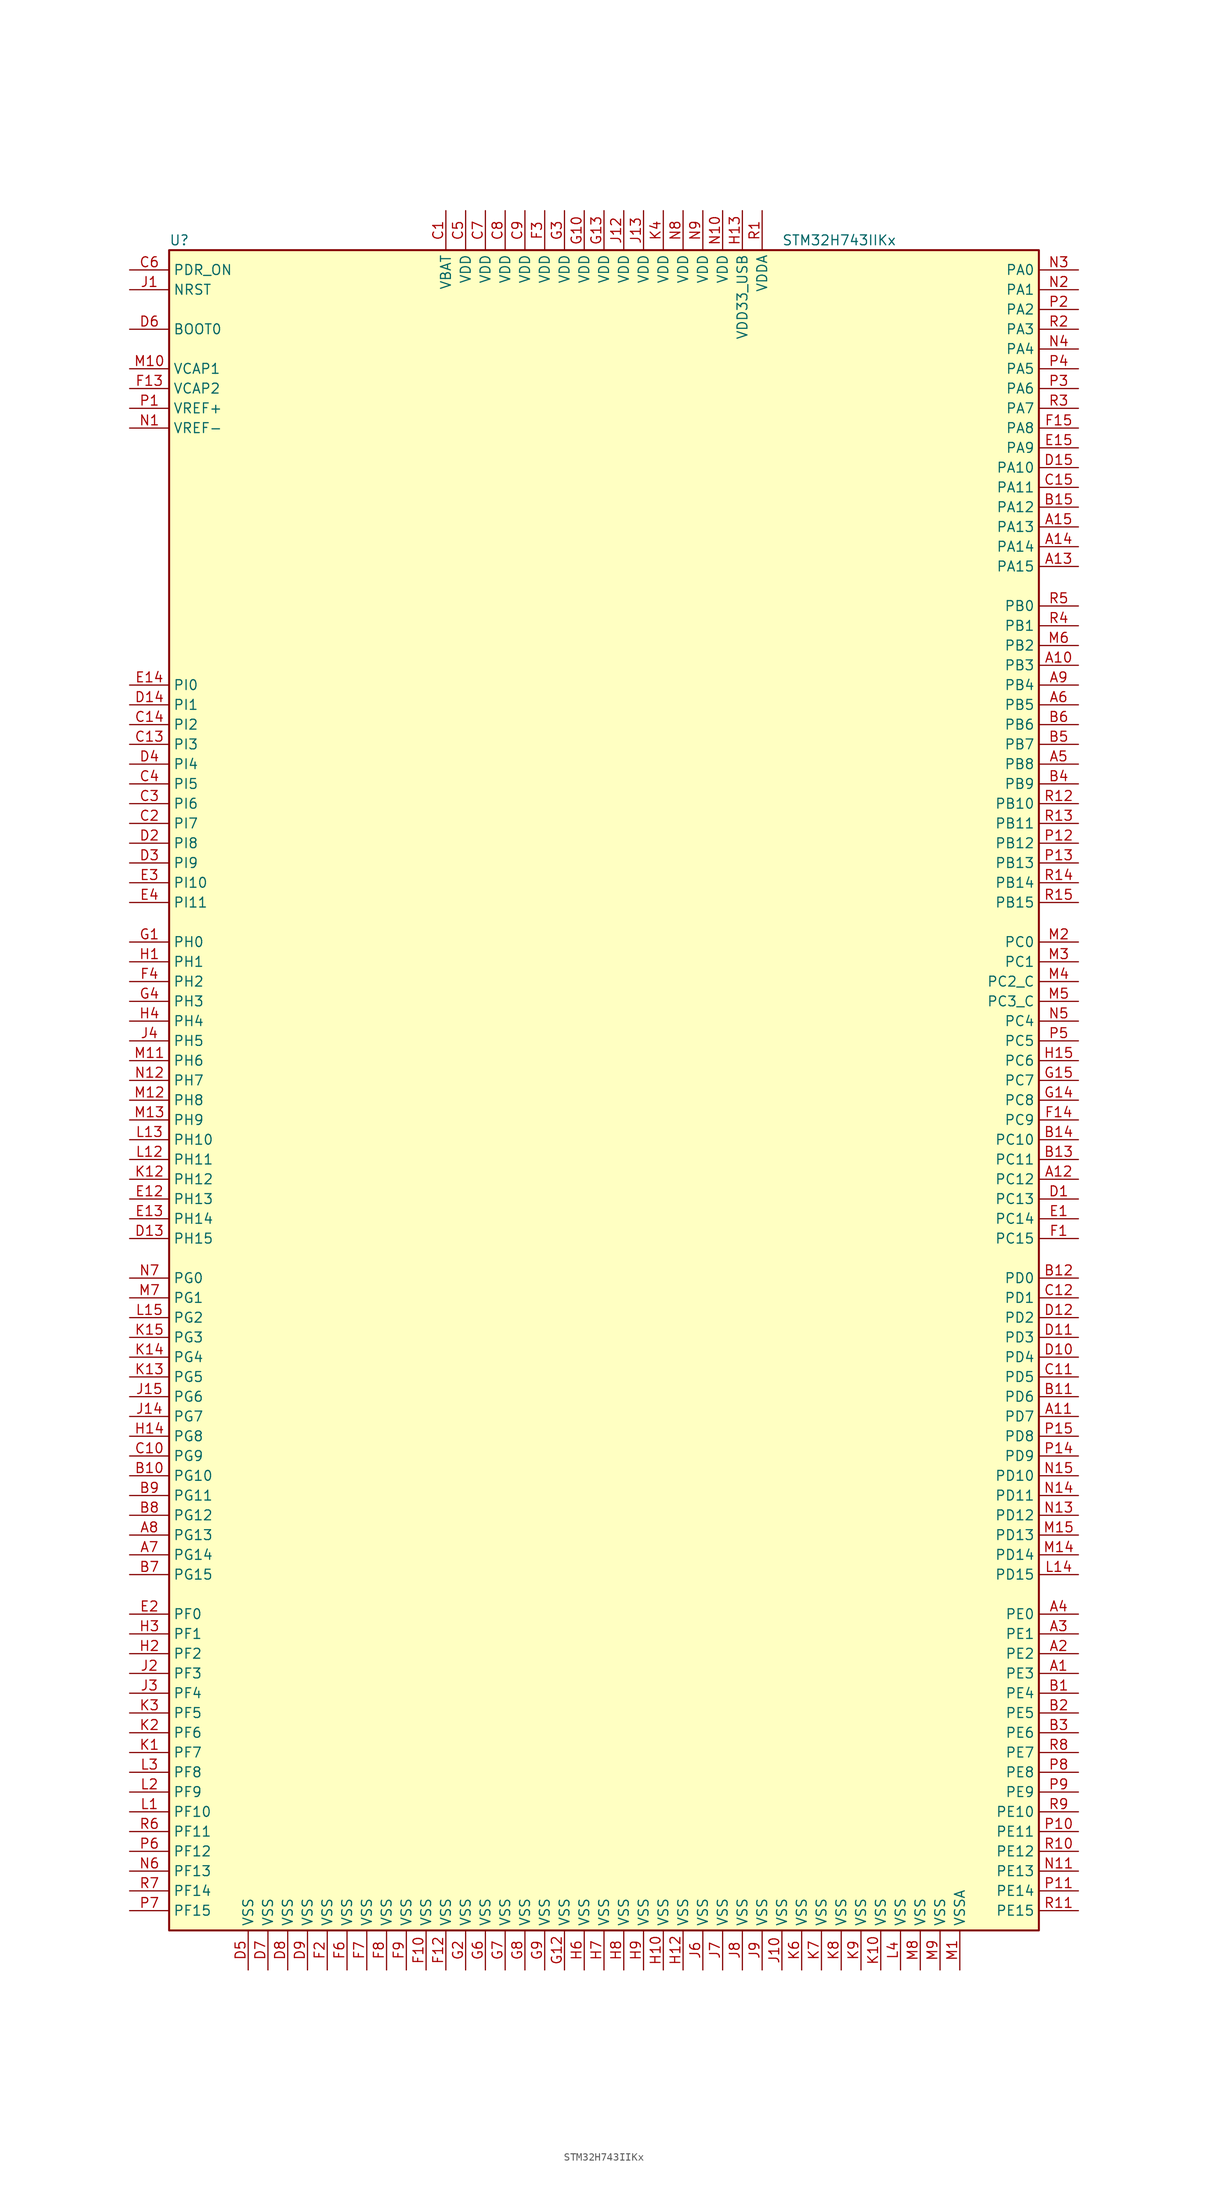
<source format=kicad_sym>
(kicad_symbol_lib
  (version 20201005)
  (generator kicad_symbol_editor)
  (symbol "STM32H743IIKx"
    (property "Reference" "U"
      (at -55.88 107.95 0)
      (effects (font (size 1.27 1.27)) (justify left)))
    (property "Value" "STM32H743IIKx"
      (at 22.86 107.95 0)
      (effects (font (size 1.27 1.27)) (justify left)))
    (symbol "STM32H743IIKx_0_1"
      (rectangle (start -55.88 -109.22) (end 55.88 106.68) (stroke (width 0.254)) (fill (type background))))
    (symbol "STM32H743IIKx_1_1"
      (pin input line (at -60.96 96.52 0) (length 5.08) (name "BOOT0" (effects (font (size 1.27 1.27)))) (number "D6" (effects (font (size 1.27 1.27)))))
      (pin input line (at -60.96 101.6 0) (length 5.08) (name "NRST" (effects (font (size 1.27 1.27)))) (number "J1" (effects (font (size 1.27 1.27)))))
      (pin bidirectional line (at 60.96 104.14 180) (length 5.08) (name "PA0" (effects (font (size 1.27 1.27)))) (number "N3" (effects (font (size 1.27 1.27)))))
      (pin bidirectional line (at 60.96 101.6 180) (length 5.08) (name "PA1" (effects (font (size 1.27 1.27)))) (number "N2" (effects (font (size 1.27 1.27)))))
      (pin bidirectional line (at 60.96 78.74 180) (length 5.08) (name "PA10" (effects (font (size 1.27 1.27)))) (number "D15" (effects (font (size 1.27 1.27)))))
      (pin bidirectional line (at 60.96 76.2 180) (length 5.08) (name "PA11" (effects (font (size 1.27 1.27)))) (number "C15" (effects (font (size 1.27 1.27)))))
      (pin bidirectional line (at 60.96 73.66 180) (length 5.08) (name "PA12" (effects (font (size 1.27 1.27)))) (number "B15" (effects (font (size 1.27 1.27)))))
      (pin bidirectional line (at 60.96 71.12 180) (length 5.08) (name "PA13" (effects (font (size 1.27 1.27)))) (number "A15" (effects (font (size 1.27 1.27)))))
      (pin bidirectional line (at 60.96 68.58 180) (length 5.08) (name "PA14" (effects (font (size 1.27 1.27)))) (number "A14" (effects (font (size 1.27 1.27)))))
      (pin bidirectional line (at 60.96 66.04 180) (length 5.08) (name "PA15" (effects (font (size 1.27 1.27)))) (number "A13" (effects (font (size 1.27 1.27)))))
      (pin bidirectional line (at 60.96 99.06 180) (length 5.08) (name "PA2" (effects (font (size 1.27 1.27)))) (number "P2" (effects (font (size 1.27 1.27)))))
      (pin bidirectional line (at 60.96 96.52 180) (length 5.08) (name "PA3" (effects (font (size 1.27 1.27)))) (number "R2" (effects (font (size 1.27 1.27)))))
      (pin bidirectional line (at 60.96 93.98 180) (length 5.08) (name "PA4" (effects (font (size 1.27 1.27)))) (number "N4" (effects (font (size 1.27 1.27)))))
      (pin bidirectional line (at 60.96 91.44 180) (length 5.08) (name "PA5" (effects (font (size 1.27 1.27)))) (number "P4" (effects (font (size 1.27 1.27)))))
      (pin bidirectional line (at 60.96 88.9 180) (length 5.08) (name "PA6" (effects (font (size 1.27 1.27)))) (number "P3" (effects (font (size 1.27 1.27)))))
      (pin bidirectional line (at 60.96 86.36 180) (length 5.08) (name "PA7" (effects (font (size 1.27 1.27)))) (number "R3" (effects (font (size 1.27 1.27)))))
      (pin bidirectional line (at 60.96 83.82 180) (length 5.08) (name "PA8" (effects (font (size 1.27 1.27)))) (number "F15" (effects (font (size 1.27 1.27)))))
      (pin bidirectional line (at 60.96 81.28 180) (length 5.08) (name "PA9" (effects (font (size 1.27 1.27)))) (number "E15" (effects (font (size 1.27 1.27)))))
      (pin bidirectional line (at 60.96 60.96 180) (length 5.08) (name "PB0" (effects (font (size 1.27 1.27)))) (number "R5" (effects (font (size 1.27 1.27)))))
      (pin bidirectional line (at 60.96 58.42 180) (length 5.08) (name "PB1" (effects (font (size 1.27 1.27)))) (number "R4" (effects (font (size 1.27 1.27)))))
      (pin bidirectional line (at 60.96 35.56 180) (length 5.08) (name "PB10" (effects (font (size 1.27 1.27)))) (number "R12" (effects (font (size 1.27 1.27)))))
      (pin bidirectional line (at 60.96 33.02 180) (length 5.08) (name "PB11" (effects (font (size 1.27 1.27)))) (number "R13" (effects (font (size 1.27 1.27)))))
      (pin bidirectional line (at 60.96 30.48 180) (length 5.08) (name "PB12" (effects (font (size 1.27 1.27)))) (number "P12" (effects (font (size 1.27 1.27)))))
      (pin bidirectional line (at 60.96 27.94 180) (length 5.08) (name "PB13" (effects (font (size 1.27 1.27)))) (number "P13" (effects (font (size 1.27 1.27)))))
      (pin bidirectional line (at 60.96 25.4 180) (length 5.08) (name "PB14" (effects (font (size 1.27 1.27)))) (number "R14" (effects (font (size 1.27 1.27)))))
      (pin bidirectional line (at 60.96 22.86 180) (length 5.08) (name "PB15" (effects (font (size 1.27 1.27)))) (number "R15" (effects (font (size 1.27 1.27)))))
      (pin bidirectional line (at 60.96 55.88 180) (length 5.08) (name "PB2" (effects (font (size 1.27 1.27)))) (number "M6" (effects (font (size 1.27 1.27)))))
      (pin bidirectional line (at 60.96 53.34 180) (length 5.08) (name "PB3" (effects (font (size 1.27 1.27)))) (number "A10" (effects (font (size 1.27 1.27)))))
      (pin bidirectional line (at 60.96 50.8 180) (length 5.08) (name "PB4" (effects (font (size 1.27 1.27)))) (number "A9" (effects (font (size 1.27 1.27)))))
      (pin bidirectional line (at 60.96 48.26 180) (length 5.08) (name "PB5" (effects (font (size 1.27 1.27)))) (number "A6" (effects (font (size 1.27 1.27)))))
      (pin bidirectional line (at 60.96 45.72 180) (length 5.08) (name "PB6" (effects (font (size 1.27 1.27)))) (number "B6" (effects (font (size 1.27 1.27)))))
      (pin bidirectional line (at 60.96 43.18 180) (length 5.08) (name "PB7" (effects (font (size 1.27 1.27)))) (number "B5" (effects (font (size 1.27 1.27)))))
      (pin bidirectional line (at 60.96 40.64 180) (length 5.08) (name "PB8" (effects (font (size 1.27 1.27)))) (number "A5" (effects (font (size 1.27 1.27)))))
      (pin bidirectional line (at 60.96 38.1 180) (length 5.08) (name "PB9" (effects (font (size 1.27 1.27)))) (number "B4" (effects (font (size 1.27 1.27)))))
      (pin bidirectional line (at 60.96 17.78 180) (length 5.08) (name "PC0" (effects (font (size 1.27 1.27)))) (number "M2" (effects (font (size 1.27 1.27)))))
      (pin bidirectional line (at 60.96 15.24 180) (length 5.08) (name "PC1" (effects (font (size 1.27 1.27)))) (number "M3" (effects (font (size 1.27 1.27)))))
      (pin bidirectional line (at 60.96 -7.62 180) (length 5.08) (name "PC10" (effects (font (size 1.27 1.27)))) (number "B14" (effects (font (size 1.27 1.27)))))
      (pin bidirectional line (at 60.96 -10.16 180) (length 5.08) (name "PC11" (effects (font (size 1.27 1.27)))) (number "B13" (effects (font (size 1.27 1.27)))))
      (pin bidirectional line (at 60.96 -12.7 180) (length 5.08) (name "PC12" (effects (font (size 1.27 1.27)))) (number "A12" (effects (font (size 1.27 1.27)))))
      (pin bidirectional line (at 60.96 -15.24 180) (length 5.08) (name "PC13" (effects (font (size 1.27 1.27)))) (number "D1" (effects (font (size 1.27 1.27)))))
      (pin bidirectional line (at 60.96 -17.78 180) (length 5.08) (name "PC14" (effects (font (size 1.27 1.27)))) (number "E1" (effects (font (size 1.27 1.27)))))
      (pin bidirectional line (at 60.96 -20.32 180) (length 5.08) (name "PC15" (effects (font (size 1.27 1.27)))) (number "F1" (effects (font (size 1.27 1.27)))))
      (pin bidirectional line (at 60.96 12.7 180) (length 5.08) (name "PC2_C" (effects (font (size 1.27 1.27)))) (number "M4" (effects (font (size 1.27 1.27)))))
      (pin bidirectional line (at 60.96 10.16 180) (length 5.08) (name "PC3_C" (effects (font (size 1.27 1.27)))) (number "M5" (effects (font (size 1.27 1.27)))))
      (pin bidirectional line (at 60.96 7.62 180) (length 5.08) (name "PC4" (effects (font (size 1.27 1.27)))) (number "N5" (effects (font (size 1.27 1.27)))))
      (pin bidirectional line (at 60.96 5.08 180) (length 5.08) (name "PC5" (effects (font (size 1.27 1.27)))) (number "P5" (effects (font (size 1.27 1.27)))))
      (pin bidirectional line (at 60.96 2.54 180) (length 5.08) (name "PC6" (effects (font (size 1.27 1.27)))) (number "H15" (effects (font (size 1.27 1.27)))))
      (pin bidirectional line (at 60.96 0 180) (length 5.08) (name "PC7" (effects (font (size 1.27 1.27)))) (number "G15" (effects (font (size 1.27 1.27)))))
      (pin bidirectional line (at 60.96 -2.54 180) (length 5.08) (name "PC8" (effects (font (size 1.27 1.27)))) (number "G14" (effects (font (size 1.27 1.27)))))
      (pin bidirectional line (at 60.96 -5.08 180) (length 5.08) (name "PC9" (effects (font (size 1.27 1.27)))) (number "F14" (effects (font (size 1.27 1.27)))))
      (pin bidirectional line (at 60.96 -25.4 180) (length 5.08) (name "PD0" (effects (font (size 1.27 1.27)))) (number "B12" (effects (font (size 1.27 1.27)))))
      (pin bidirectional line (at 60.96 -27.94 180) (length 5.08) (name "PD1" (effects (font (size 1.27 1.27)))) (number "C12" (effects (font (size 1.27 1.27)))))
      (pin bidirectional line (at 60.96 -50.8 180) (length 5.08) (name "PD10" (effects (font (size 1.27 1.27)))) (number "N15" (effects (font (size 1.27 1.27)))))
      (pin bidirectional line (at 60.96 -53.34 180) (length 5.08) (name "PD11" (effects (font (size 1.27 1.27)))) (number "N14" (effects (font (size 1.27 1.27)))))
      (pin bidirectional line (at 60.96 -55.88 180) (length 5.08) (name "PD12" (effects (font (size 1.27 1.27)))) (number "N13" (effects (font (size 1.27 1.27)))))
      (pin bidirectional line (at 60.96 -58.42 180) (length 5.08) (name "PD13" (effects (font (size 1.27 1.27)))) (number "M15" (effects (font (size 1.27 1.27)))))
      (pin bidirectional line (at 60.96 -60.96 180) (length 5.08) (name "PD14" (effects (font (size 1.27 1.27)))) (number "M14" (effects (font (size 1.27 1.27)))))
      (pin bidirectional line (at 60.96 -63.5 180) (length 5.08) (name "PD15" (effects (font (size 1.27 1.27)))) (number "L14" (effects (font (size 1.27 1.27)))))
      (pin bidirectional line (at 60.96 -30.48 180) (length 5.08) (name "PD2" (effects (font (size 1.27 1.27)))) (number "D12" (effects (font (size 1.27 1.27)))))
      (pin bidirectional line (at 60.96 -33.02 180) (length 5.08) (name "PD3" (effects (font (size 1.27 1.27)))) (number "D11" (effects (font (size 1.27 1.27)))))
      (pin bidirectional line (at 60.96 -35.56 180) (length 5.08) (name "PD4" (effects (font (size 1.27 1.27)))) (number "D10" (effects (font (size 1.27 1.27)))))
      (pin bidirectional line (at 60.96 -38.1 180) (length 5.08) (name "PD5" (effects (font (size 1.27 1.27)))) (number "C11" (effects (font (size 1.27 1.27)))))
      (pin bidirectional line (at 60.96 -40.64 180) (length 5.08) (name "PD6" (effects (font (size 1.27 1.27)))) (number "B11" (effects (font (size 1.27 1.27)))))
      (pin bidirectional line (at 60.96 -43.18 180) (length 5.08) (name "PD7" (effects (font (size 1.27 1.27)))) (number "A11" (effects (font (size 1.27 1.27)))))
      (pin bidirectional line (at 60.96 -45.72 180) (length 5.08) (name "PD8" (effects (font (size 1.27 1.27)))) (number "P15" (effects (font (size 1.27 1.27)))))
      (pin bidirectional line (at 60.96 -48.26 180) (length 5.08) (name "PD9" (effects (font (size 1.27 1.27)))) (number "P14" (effects (font (size 1.27 1.27)))))
      (pin input line (at -60.96 104.14 0) (length 5.08) (name "PDR_ON" (effects (font (size 1.27 1.27)))) (number "C6" (effects (font (size 1.27 1.27)))))
      (pin bidirectional line (at 60.96 -68.58 180) (length 5.08) (name "PE0" (effects (font (size 1.27 1.27)))) (number "A4" (effects (font (size 1.27 1.27)))))
      (pin bidirectional line (at 60.96 -71.12 180) (length 5.08) (name "PE1" (effects (font (size 1.27 1.27)))) (number "A3" (effects (font (size 1.27 1.27)))))
      (pin bidirectional line (at 60.96 -93.98 180) (length 5.08) (name "PE10" (effects (font (size 1.27 1.27)))) (number "R9" (effects (font (size 1.27 1.27)))))
      (pin bidirectional line (at 60.96 -96.52 180) (length 5.08) (name "PE11" (effects (font (size 1.27 1.27)))) (number "P10" (effects (font (size 1.27 1.27)))))
      (pin bidirectional line (at 60.96 -99.06 180) (length 5.08) (name "PE12" (effects (font (size 1.27 1.27)))) (number "R10" (effects (font (size 1.27 1.27)))))
      (pin bidirectional line (at 60.96 -101.6 180) (length 5.08) (name "PE13" (effects (font (size 1.27 1.27)))) (number "N11" (effects (font (size 1.27 1.27)))))
      (pin bidirectional line (at 60.96 -104.14 180) (length 5.08) (name "PE14" (effects (font (size 1.27 1.27)))) (number "P11" (effects (font (size 1.27 1.27)))))
      (pin bidirectional line (at 60.96 -106.68 180) (length 5.08) (name "PE15" (effects (font (size 1.27 1.27)))) (number "R11" (effects (font (size 1.27 1.27)))))
      (pin bidirectional line (at 60.96 -73.66 180) (length 5.08) (name "PE2" (effects (font (size 1.27 1.27)))) (number "A2" (effects (font (size 1.27 1.27)))))
      (pin bidirectional line (at 60.96 -76.2 180) (length 5.08) (name "PE3" (effects (font (size 1.27 1.27)))) (number "A1" (effects (font (size 1.27 1.27)))))
      (pin bidirectional line (at 60.96 -78.74 180) (length 5.08) (name "PE4" (effects (font (size 1.27 1.27)))) (number "B1" (effects (font (size 1.27 1.27)))))
      (pin bidirectional line (at 60.96 -81.28 180) (length 5.08) (name "PE5" (effects (font (size 1.27 1.27)))) (number "B2" (effects (font (size 1.27 1.27)))))
      (pin bidirectional line (at 60.96 -83.82 180) (length 5.08) (name "PE6" (effects (font (size 1.27 1.27)))) (number "B3" (effects (font (size 1.27 1.27)))))
      (pin bidirectional line (at 60.96 -86.36 180) (length 5.08) (name "PE7" (effects (font (size 1.27 1.27)))) (number "R8" (effects (font (size 1.27 1.27)))))
      (pin bidirectional line (at 60.96 -88.9 180) (length 5.08) (name "PE8" (effects (font (size 1.27 1.27)))) (number "P8" (effects (font (size 1.27 1.27)))))
      (pin bidirectional line (at 60.96 -91.44 180) (length 5.08) (name "PE9" (effects (font (size 1.27 1.27)))) (number "P9" (effects (font (size 1.27 1.27)))))
      (pin bidirectional line (at -60.96 -68.58 0) (length 5.08) (name "PF0" (effects (font (size 1.27 1.27)))) (number "E2" (effects (font (size 1.27 1.27)))))
      (pin bidirectional line (at -60.96 -71.12 0) (length 5.08) (name "PF1" (effects (font (size 1.27 1.27)))) (number "H3" (effects (font (size 1.27 1.27)))))
      (pin bidirectional line (at -60.96 -93.98 0) (length 5.08) (name "PF10" (effects (font (size 1.27 1.27)))) (number "L1" (effects (font (size 1.27 1.27)))))
      (pin bidirectional line (at -60.96 -96.52 0) (length 5.08) (name "PF11" (effects (font (size 1.27 1.27)))) (number "R6" (effects (font (size 1.27 1.27)))))
      (pin bidirectional line (at -60.96 -99.06 0) (length 5.08) (name "PF12" (effects (font (size 1.27 1.27)))) (number "P6" (effects (font (size 1.27 1.27)))))
      (pin bidirectional line (at -60.96 -101.6 0) (length 5.08) (name "PF13" (effects (font (size 1.27 1.27)))) (number "N6" (effects (font (size 1.27 1.27)))))
      (pin bidirectional line (at -60.96 -104.14 0) (length 5.08) (name "PF14" (effects (font (size 1.27 1.27)))) (number "R7" (effects (font (size 1.27 1.27)))))
      (pin bidirectional line (at -60.96 -106.68 0) (length 5.08) (name "PF15" (effects (font (size 1.27 1.27)))) (number "P7" (effects (font (size 1.27 1.27)))))
      (pin bidirectional line (at -60.96 -73.66 0) (length 5.08) (name "PF2" (effects (font (size 1.27 1.27)))) (number "H2" (effects (font (size 1.27 1.27)))))
      (pin bidirectional line (at -60.96 -76.2 0) (length 5.08) (name "PF3" (effects (font (size 1.27 1.27)))) (number "J2" (effects (font (size 1.27 1.27)))))
      (pin bidirectional line (at -60.96 -78.74 0) (length 5.08) (name "PF4" (effects (font (size 1.27 1.27)))) (number "J3" (effects (font (size 1.27 1.27)))))
      (pin bidirectional line (at -60.96 -81.28 0) (length 5.08) (name "PF5" (effects (font (size 1.27 1.27)))) (number "K3" (effects (font (size 1.27 1.27)))))
      (pin bidirectional line (at -60.96 -83.82 0) (length 5.08) (name "PF6" (effects (font (size 1.27 1.27)))) (number "K2" (effects (font (size 1.27 1.27)))))
      (pin bidirectional line (at -60.96 -86.36 0) (length 5.08) (name "PF7" (effects (font (size 1.27 1.27)))) (number "K1" (effects (font (size 1.27 1.27)))))
      (pin bidirectional line (at -60.96 -88.9 0) (length 5.08) (name "PF8" (effects (font (size 1.27 1.27)))) (number "L3" (effects (font (size 1.27 1.27)))))
      (pin bidirectional line (at -60.96 -91.44 0) (length 5.08) (name "PF9" (effects (font (size 1.27 1.27)))) (number "L2" (effects (font (size 1.27 1.27)))))
      (pin bidirectional line (at -60.96 -25.4 0) (length 5.08) (name "PG0" (effects (font (size 1.27 1.27)))) (number "N7" (effects (font (size 1.27 1.27)))))
      (pin bidirectional line (at -60.96 -27.94 0) (length 5.08) (name "PG1" (effects (font (size 1.27 1.27)))) (number "M7" (effects (font (size 1.27 1.27)))))
      (pin bidirectional line (at -60.96 -50.8 0) (length 5.08) (name "PG10" (effects (font (size 1.27 1.27)))) (number "B10" (effects (font (size 1.27 1.27)))))
      (pin bidirectional line (at -60.96 -53.34 0) (length 5.08) (name "PG11" (effects (font (size 1.27 1.27)))) (number "B9" (effects (font (size 1.27 1.27)))))
      (pin bidirectional line (at -60.96 -55.88 0) (length 5.08) (name "PG12" (effects (font (size 1.27 1.27)))) (number "B8" (effects (font (size 1.27 1.27)))))
      (pin bidirectional line (at -60.96 -58.42 0) (length 5.08) (name "PG13" (effects (font (size 1.27 1.27)))) (number "A8" (effects (font (size 1.27 1.27)))))
      (pin bidirectional line (at -60.96 -60.96 0) (length 5.08) (name "PG14" (effects (font (size 1.27 1.27)))) (number "A7" (effects (font (size 1.27 1.27)))))
      (pin bidirectional line (at -60.96 -63.5 0) (length 5.08) (name "PG15" (effects (font (size 1.27 1.27)))) (number "B7" (effects (font (size 1.27 1.27)))))
      (pin bidirectional line (at -60.96 -30.48 0) (length 5.08) (name "PG2" (effects (font (size 1.27 1.27)))) (number "L15" (effects (font (size 1.27 1.27)))))
      (pin bidirectional line (at -60.96 -33.02 0) (length 5.08) (name "PG3" (effects (font (size 1.27 1.27)))) (number "K15" (effects (font (size 1.27 1.27)))))
      (pin bidirectional line (at -60.96 -35.56 0) (length 5.08) (name "PG4" (effects (font (size 1.27 1.27)))) (number "K14" (effects (font (size 1.27 1.27)))))
      (pin bidirectional line (at -60.96 -38.1 0) (length 5.08) (name "PG5" (effects (font (size 1.27 1.27)))) (number "K13" (effects (font (size 1.27 1.27)))))
      (pin bidirectional line (at -60.96 -40.64 0) (length 5.08) (name "PG6" (effects (font (size 1.27 1.27)))) (number "J15" (effects (font (size 1.27 1.27)))))
      (pin bidirectional line (at -60.96 -43.18 0) (length 5.08) (name "PG7" (effects (font (size 1.27 1.27)))) (number "J14" (effects (font (size 1.27 1.27)))))
      (pin bidirectional line (at -60.96 -45.72 0) (length 5.08) (name "PG8" (effects (font (size 1.27 1.27)))) (number "H14" (effects (font (size 1.27 1.27)))))
      (pin bidirectional line (at -60.96 -48.26 0) (length 5.08) (name "PG9" (effects (font (size 1.27 1.27)))) (number "C10" (effects (font (size 1.27 1.27)))))
      (pin input line (at -60.96 17.78 0) (length 5.08) (name "PH0" (effects (font (size 1.27 1.27)))) (number "G1" (effects (font (size 1.27 1.27)))))
      (pin input line (at -60.96 15.24 0) (length 5.08) (name "PH1" (effects (font (size 1.27 1.27)))) (number "H1" (effects (font (size 1.27 1.27)))))
      (pin bidirectional line (at -60.96 -7.62 0) (length 5.08) (name "PH10" (effects (font (size 1.27 1.27)))) (number "L13" (effects (font (size 1.27 1.27)))))
      (pin bidirectional line (at -60.96 -10.16 0) (length 5.08) (name "PH11" (effects (font (size 1.27 1.27)))) (number "L12" (effects (font (size 1.27 1.27)))))
      (pin bidirectional line (at -60.96 -12.7 0) (length 5.08) (name "PH12" (effects (font (size 1.27 1.27)))) (number "K12" (effects (font (size 1.27 1.27)))))
      (pin bidirectional line (at -60.96 -15.24 0) (length 5.08) (name "PH13" (effects (font (size 1.27 1.27)))) (number "E12" (effects (font (size 1.27 1.27)))))
      (pin bidirectional line (at -60.96 -17.78 0) (length 5.08) (name "PH14" (effects (font (size 1.27 1.27)))) (number "E13" (effects (font (size 1.27 1.27)))))
      (pin bidirectional line (at -60.96 -20.32 0) (length 5.08) (name "PH15" (effects (font (size 1.27 1.27)))) (number "D13" (effects (font (size 1.27 1.27)))))
      (pin bidirectional line (at -60.96 12.7 0) (length 5.08) (name "PH2" (effects (font (size 1.27 1.27)))) (number "F4" (effects (font (size 1.27 1.27)))))
      (pin bidirectional line (at -60.96 10.16 0) (length 5.08) (name "PH3" (effects (font (size 1.27 1.27)))) (number "G4" (effects (font (size 1.27 1.27)))))
      (pin bidirectional line (at -60.96 7.62 0) (length 5.08) (name "PH4" (effects (font (size 1.27 1.27)))) (number "H4" (effects (font (size 1.27 1.27)))))
      (pin bidirectional line (at -60.96 5.08 0) (length 5.08) (name "PH5" (effects (font (size 1.27 1.27)))) (number "J4" (effects (font (size 1.27 1.27)))))
      (pin bidirectional line (at -60.96 2.54 0) (length 5.08) (name "PH6" (effects (font (size 1.27 1.27)))) (number "M11" (effects (font (size 1.27 1.27)))))
      (pin bidirectional line (at -60.96 0 0) (length 5.08) (name "PH7" (effects (font (size 1.27 1.27)))) (number "N12" (effects (font (size 1.27 1.27)))))
      (pin bidirectional line (at -60.96 -2.54 0) (length 5.08) (name "PH8" (effects (font (size 1.27 1.27)))) (number "M12" (effects (font (size 1.27 1.27)))))
      (pin bidirectional line (at -60.96 -5.08 0) (length 5.08) (name "PH9" (effects (font (size 1.27 1.27)))) (number "M13" (effects (font (size 1.27 1.27)))))
      (pin bidirectional line (at -60.96 50.8 0) (length 5.08) (name "PI0" (effects (font (size 1.27 1.27)))) (number "E14" (effects (font (size 1.27 1.27)))))
      (pin bidirectional line (at -60.96 48.26 0) (length 5.08) (name "PI1" (effects (font (size 1.27 1.27)))) (number "D14" (effects (font (size 1.27 1.27)))))
      (pin bidirectional line (at -60.96 25.4 0) (length 5.08) (name "PI10" (effects (font (size 1.27 1.27)))) (number "E3" (effects (font (size 1.27 1.27)))))
      (pin bidirectional line (at -60.96 22.86 0) (length 5.08) (name "PI11" (effects (font (size 1.27 1.27)))) (number "E4" (effects (font (size 1.27 1.27)))))
      (pin bidirectional line (at -60.96 45.72 0) (length 5.08) (name "PI2" (effects (font (size 1.27 1.27)))) (number "C14" (effects (font (size 1.27 1.27)))))
      (pin bidirectional line (at -60.96 43.18 0) (length 5.08) (name "PI3" (effects (font (size 1.27 1.27)))) (number "C13" (effects (font (size 1.27 1.27)))))
      (pin bidirectional line (at -60.96 40.64 0) (length 5.08) (name "PI4" (effects (font (size 1.27 1.27)))) (number "D4" (effects (font (size 1.27 1.27)))))
      (pin bidirectional line (at -60.96 38.1 0) (length 5.08) (name "PI5" (effects (font (size 1.27 1.27)))) (number "C4" (effects (font (size 1.27 1.27)))))
      (pin bidirectional line (at -60.96 35.56 0) (length 5.08) (name "PI6" (effects (font (size 1.27 1.27)))) (number "C3" (effects (font (size 1.27 1.27)))))
      (pin bidirectional line (at -60.96 33.02 0) (length 5.08) (name "PI7" (effects (font (size 1.27 1.27)))) (number "C2" (effects (font (size 1.27 1.27)))))
      (pin bidirectional line (at -60.96 30.48 0) (length 5.08) (name "PI8" (effects (font (size 1.27 1.27)))) (number "D2" (effects (font (size 1.27 1.27)))))
      (pin bidirectional line (at -60.96 27.94 0) (length 5.08) (name "PI9" (effects (font (size 1.27 1.27)))) (number "D3" (effects (font (size 1.27 1.27)))))
      (pin power_in line (at -20.32 111.76 270) (length 5.08) (name "VBAT" (effects (font (size 1.27 1.27)))) (number "C1" (effects (font (size 1.27 1.27)))))
      (pin power_in line (at -60.96 91.44 0) (length 5.08) (name "VCAP1" (effects (font (size 1.27 1.27)))) (number "M10" (effects (font (size 1.27 1.27)))))
      (pin power_in line (at -60.96 88.9 0) (length 5.08) (name "VCAP2" (effects (font (size 1.27 1.27)))) (number "F13" (effects (font (size 1.27 1.27)))))
      (pin power_in line (at -17.78 111.76 270) (length 5.08) (name "VDD" (effects (font (size 1.27 1.27)))) (number "C5" (effects (font (size 1.27 1.27)))))
      (pin power_in line (at -15.24 111.76 270) (length 5.08) (name "VDD" (effects (font (size 1.27 1.27)))) (number "C7" (effects (font (size 1.27 1.27)))))
      (pin power_in line (at -12.7 111.76 270) (length 5.08) (name "VDD" (effects (font (size 1.27 1.27)))) (number "C8" (effects (font (size 1.27 1.27)))))
      (pin power_in line (at -10.16 111.76 270) (length 5.08) (name "VDD" (effects (font (size 1.27 1.27)))) (number "C9" (effects (font (size 1.27 1.27)))))
      (pin power_in line (at -7.62 111.76 270) (length 5.08) (name "VDD" (effects (font (size 1.27 1.27)))) (number "F3" (effects (font (size 1.27 1.27)))))
      (pin power_in line (at -2.54 111.76 270) (length 5.08) (name "VDD" (effects (font (size 1.27 1.27)))) (number "G10" (effects (font (size 1.27 1.27)))))
      (pin power_in line (at 0 111.76 270) (length 5.08) (name "VDD" (effects (font (size 1.27 1.27)))) (number "G13" (effects (font (size 1.27 1.27)))))
      (pin power_in line (at -5.08 111.76 270) (length 5.08) (name "VDD" (effects (font (size 1.27 1.27)))) (number "G3" (effects (font (size 1.27 1.27)))))
      (pin power_in line (at 2.54 111.76 270) (length 5.08) (name "VDD" (effects (font (size 1.27 1.27)))) (number "J12" (effects (font (size 1.27 1.27)))))
      (pin power_in line (at 5.08 111.76 270) (length 5.08) (name "VDD" (effects (font (size 1.27 1.27)))) (number "J13" (effects (font (size 1.27 1.27)))))
      (pin power_in line (at 7.62 111.76 270) (length 5.08) (name "VDD" (effects (font (size 1.27 1.27)))) (number "K4" (effects (font (size 1.27 1.27)))))
      (pin power_in line (at 15.24 111.76 270) (length 5.08) (name "VDD" (effects (font (size 1.27 1.27)))) (number "N10" (effects (font (size 1.27 1.27)))))
      (pin power_in line (at 10.16 111.76 270) (length 5.08) (name "VDD" (effects (font (size 1.27 1.27)))) (number "N8" (effects (font (size 1.27 1.27)))))
      (pin power_in line (at 12.7 111.76 270) (length 5.08) (name "VDD" (effects (font (size 1.27 1.27)))) (number "N9" (effects (font (size 1.27 1.27)))))
      (pin power_in line (at 17.78 111.76 270) (length 5.08) (name "VDD33_USB" (effects (font (size 1.27 1.27)))) (number "H13" (effects (font (size 1.27 1.27)))))
      (pin power_in line (at 20.32 111.76 270) (length 5.08) (name "VDDA" (effects (font (size 1.27 1.27)))) (number "R1" (effects (font (size 1.27 1.27)))))
      (pin bidirectional line (at -60.96 86.36 0) (length 5.08) (name "VREF+" (effects (font (size 1.27 1.27)))) (number "P1" (effects (font (size 1.27 1.27)))))
      (pin power_in line (at -60.96 83.82 0) (length 5.08) (name "VREF-" (effects (font (size 1.27 1.27)))) (number "N1" (effects (font (size 1.27 1.27)))))
      (pin power_in line (at -45.72 -114.3 90) (length 5.08) (name "VSS" (effects (font (size 1.27 1.27)))) (number "D5" (effects (font (size 1.27 1.27)))))
      (pin power_in line (at -43.18 -114.3 90) (length 5.08) (name "VSS" (effects (font (size 1.27 1.27)))) (number "D7" (effects (font (size 1.27 1.27)))))
      (pin power_in line (at -40.64 -114.3 90) (length 5.08) (name "VSS" (effects (font (size 1.27 1.27)))) (number "D8" (effects (font (size 1.27 1.27)))))
      (pin power_in line (at -38.1 -114.3 90) (length 5.08) (name "VSS" (effects (font (size 1.27 1.27)))) (number "D9" (effects (font (size 1.27 1.27)))))
      (pin power_in line (at -22.86 -114.3 90) (length 5.08) (name "VSS" (effects (font (size 1.27 1.27)))) (number "F10" (effects (font (size 1.27 1.27)))))
      (pin power_in line (at -20.32 -114.3 90) (length 5.08) (name "VSS" (effects (font (size 1.27 1.27)))) (number "F12" (effects (font (size 1.27 1.27)))))
      (pin power_in line (at -35.56 -114.3 90) (length 5.08) (name "VSS" (effects (font (size 1.27 1.27)))) (number "F2" (effects (font (size 1.27 1.27)))))
      (pin power_in line (at -33.02 -114.3 90) (length 5.08) (name "VSS" (effects (font (size 1.27 1.27)))) (number "F6" (effects (font (size 1.27 1.27)))))
      (pin power_in line (at -30.48 -114.3 90) (length 5.08) (name "VSS" (effects (font (size 1.27 1.27)))) (number "F7" (effects (font (size 1.27 1.27)))))
      (pin power_in line (at -27.94 -114.3 90) (length 5.08) (name "VSS" (effects (font (size 1.27 1.27)))) (number "F8" (effects (font (size 1.27 1.27)))))
      (pin power_in line (at -25.4 -114.3 90) (length 5.08) (name "VSS" (effects (font (size 1.27 1.27)))) (number "F9" (effects (font (size 1.27 1.27)))))
      (pin power_in line (at -5.08 -114.3 90) (length 5.08) (name "VSS" (effects (font (size 1.27 1.27)))) (number "G12" (effects (font (size 1.27 1.27)))))
      (pin power_in line (at -17.78 -114.3 90) (length 5.08) (name "VSS" (effects (font (size 1.27 1.27)))) (number "G2" (effects (font (size 1.27 1.27)))))
      (pin power_in line (at -15.24 -114.3 90) (length 5.08) (name "VSS" (effects (font (size 1.27 1.27)))) (number "G6" (effects (font (size 1.27 1.27)))))
      (pin power_in line (at -12.7 -114.3 90) (length 5.08) (name "VSS" (effects (font (size 1.27 1.27)))) (number "G7" (effects (font (size 1.27 1.27)))))
      (pin power_in line (at -10.16 -114.3 90) (length 5.08) (name "VSS" (effects (font (size 1.27 1.27)))) (number "G8" (effects (font (size 1.27 1.27)))))
      (pin power_in line (at -7.62 -114.3 90) (length 5.08) (name "VSS" (effects (font (size 1.27 1.27)))) (number "G9" (effects (font (size 1.27 1.27)))))
      (pin power_in line (at 7.62 -114.3 90) (length 5.08) (name "VSS" (effects (font (size 1.27 1.27)))) (number "H10" (effects (font (size 1.27 1.27)))))
      (pin power_in line (at 10.16 -114.3 90) (length 5.08) (name "VSS" (effects (font (size 1.27 1.27)))) (number "H12" (effects (font (size 1.27 1.27)))))
      (pin power_in line (at -2.54 -114.3 90) (length 5.08) (name "VSS" (effects (font (size 1.27 1.27)))) (number "H6" (effects (font (size 1.27 1.27)))))
      (pin power_in line (at 0 -114.3 90) (length 5.08) (name "VSS" (effects (font (size 1.27 1.27)))) (number "H7" (effects (font (size 1.27 1.27)))))
      (pin power_in line (at 2.54 -114.3 90) (length 5.08) (name "VSS" (effects (font (size 1.27 1.27)))) (number "H8" (effects (font (size 1.27 1.27)))))
      (pin power_in line (at 5.08 -114.3 90) (length 5.08) (name "VSS" (effects (font (size 1.27 1.27)))) (number "H9" (effects (font (size 1.27 1.27)))))
      (pin power_in line (at 22.86 -114.3 90) (length 5.08) (name "VSS" (effects (font (size 1.27 1.27)))) (number "J10" (effects (font (size 1.27 1.27)))))
      (pin power_in line (at 12.7 -114.3 90) (length 5.08) (name "VSS" (effects (font (size 1.27 1.27)))) (number "J6" (effects (font (size 1.27 1.27)))))
      (pin power_in line (at 15.24 -114.3 90) (length 5.08) (name "VSS" (effects (font (size 1.27 1.27)))) (number "J7" (effects (font (size 1.27 1.27)))))
      (pin power_in line (at 17.78 -114.3 90) (length 5.08) (name "VSS" (effects (font (size 1.27 1.27)))) (number "J8" (effects (font (size 1.27 1.27)))))
      (pin power_in line (at 20.32 -114.3 90) (length 5.08) (name "VSS" (effects (font (size 1.27 1.27)))) (number "J9" (effects (font (size 1.27 1.27)))))
      (pin power_in line (at 35.56 -114.3 90) (length 5.08) (name "VSS" (effects (font (size 1.27 1.27)))) (number "K10" (effects (font (size 1.27 1.27)))))
      (pin power_in line (at 25.4 -114.3 90) (length 5.08) (name "VSS" (effects (font (size 1.27 1.27)))) (number "K6" (effects (font (size 1.27 1.27)))))
      (pin power_in line (at 27.94 -114.3 90) (length 5.08) (name "VSS" (effects (font (size 1.27 1.27)))) (number "K7" (effects (font (size 1.27 1.27)))))
      (pin power_in line (at 30.48 -114.3 90) (length 5.08) (name "VSS" (effects (font (size 1.27 1.27)))) (number "K8" (effects (font (size 1.27 1.27)))))
      (pin power_in line (at 33.02 -114.3 90) (length 5.08) (name "VSS" (effects (font (size 1.27 1.27)))) (number "K9" (effects (font (size 1.27 1.27)))))
      (pin power_in line (at 38.1 -114.3 90) (length 5.08) (name "VSS" (effects (font (size 1.27 1.27)))) (number "L4" (effects (font (size 1.27 1.27)))))
      (pin power_in line (at 40.64 -114.3 90) (length 5.08) (name "VSS" (effects (font (size 1.27 1.27)))) (number "M8" (effects (font (size 1.27 1.27)))))
      (pin power_in line (at 43.18 -114.3 90) (length 5.08) (name "VSS" (effects (font (size 1.27 1.27)))) (number "M9" (effects (font (size 1.27 1.27)))))
      (pin power_in line (at 45.72 -114.3 90) (length 5.08) (name "VSSA" (effects (font (size 1.27 1.27)))) (number "M1" (effects (font (size 1.27 1.27))))))))
</source>
